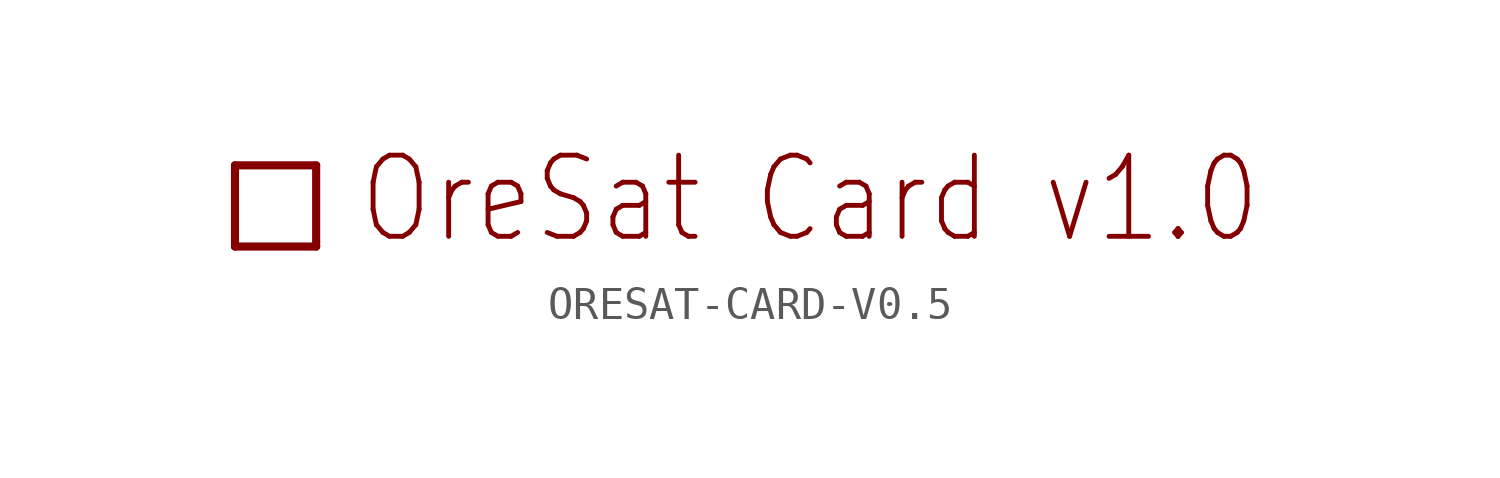
<source format=kicad_sym>
(kicad_symbol_lib
  (version 20211014)
  (generator kicad_symbol_editor)
  (symbol "ORESAT-CARD-V0.5"
    (property "Reference" ""
      (at 0 0 0)
      (effects (font (size 1.27 1.27)) hide))
    (property "ki_locked" ""
      (at 0 0 0)
      (effects (font (size 1.27 1.27))))
    (symbol "ORESAT-CARD-V0.5_1_0"
      (polyline (pts (xy -1.27 -1.27) (xy 1.27 -1.27)) (stroke (width 0.254) (type default) (color 0 0 0 0)) (fill (type none)))
      (polyline (pts (xy -1.27 1.27) (xy -1.27 -1.27)) (stroke (width 0.254) (type default) (color 0 0 0 0)) (fill (type none)))
      (polyline (pts (xy 1.27 -1.27) (xy 1.27 1.27)) (stroke (width 0.254) (type default) (color 0 0 0 0)) (fill (type none)))
      (polyline (pts (xy 1.27 1.27) (xy -1.27 1.27)) (stroke (width 0.254) (type default) (color 0 0 0 0)) (fill (type none)))
      (text "OreSat Card v1.0" (at 2.54 -1.27 0) (effects (font (size 2.54 2.159)) (justify left bottom))))))
</source>
